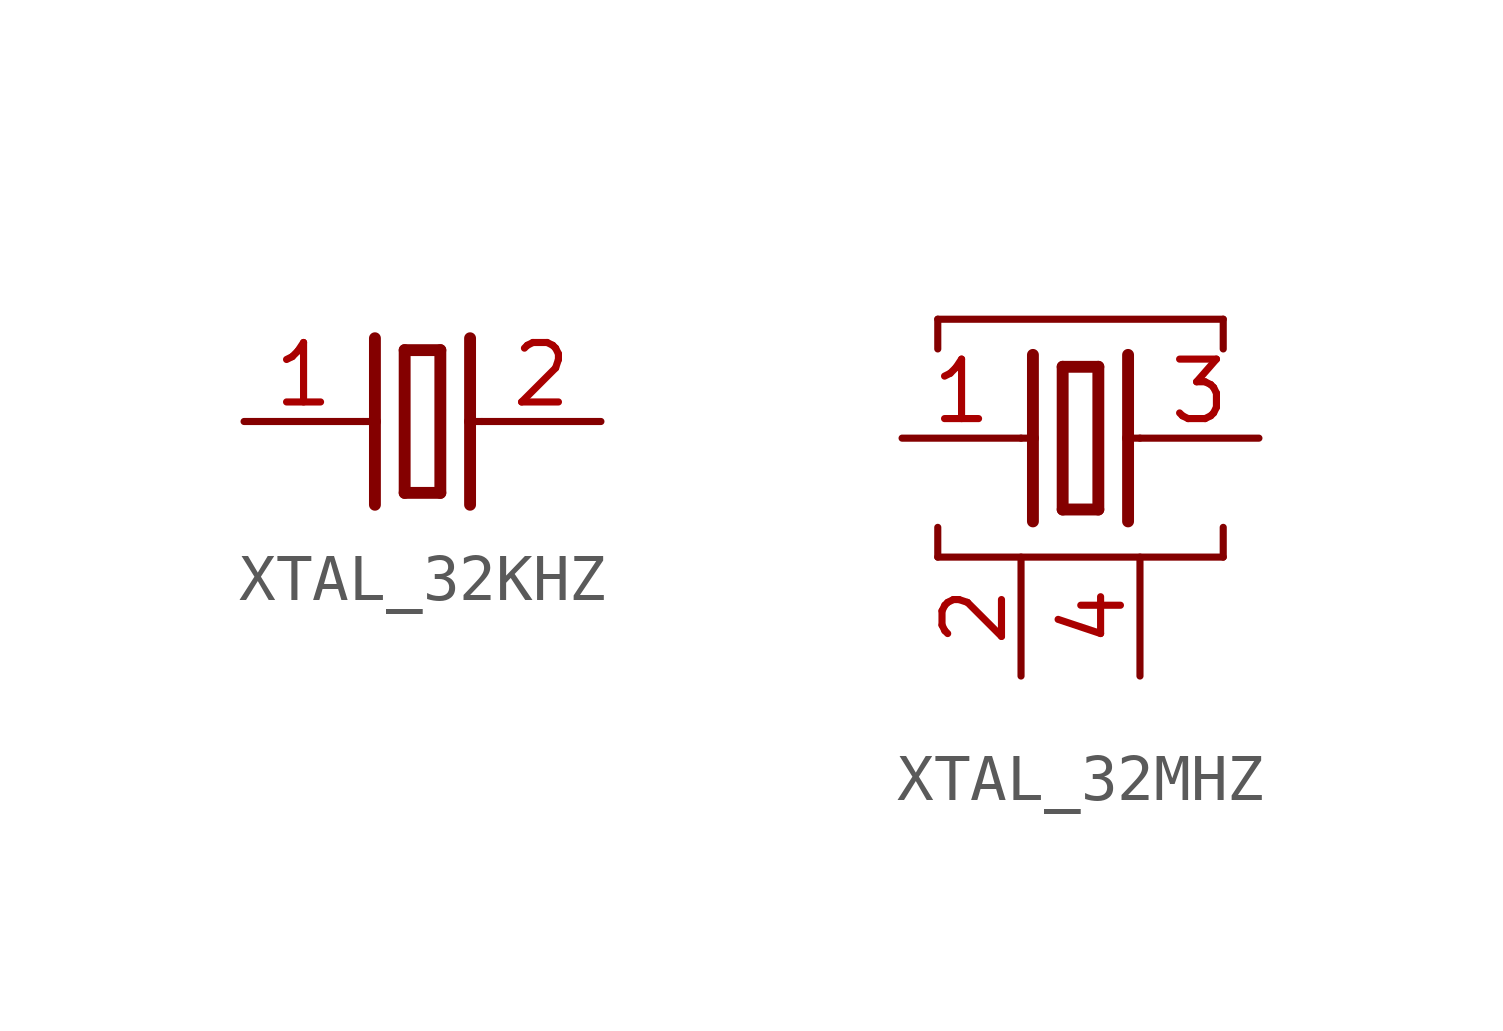
<source format=kicad_sym>
(kicad_symbol_lib
  (version 20220914)
  (generator kicad_symbol_editor)
  (symbol "XTAL_32KHZ"
    (property "Reference" ""
      (at 0 6.096 0)
      (effects (font (size 1.778 1.511)) (justify left bottom) hide))
    (property "Value" ""
      (at 0 3.81 0)
      (effects (font (size 1.778 1.511)) (justify left bottom)))
    (property "ki_locked" ""
      (at 0 0 0)
      (effects (font (size 1.27 1.27))))
    (symbol "XTAL_32KHZ_1_0"
      (polyline (pts (xy 0 0) (xy 0.254 0)) (stroke (width 0.152) (type solid)) (fill (type none)))
      (polyline (pts (xy 0.254 0) (xy 0.254 -1.778)) (stroke (width 0.254) (type solid)) (fill (type none)))
      (polyline (pts (xy 0.254 1.778) (xy 0.254 0)) (stroke (width 0.254) (type solid)) (fill (type none)))
      (polyline (pts (xy 0.889 -1.524) (xy 1.651 -1.524)) (stroke (width 0.254) (type solid)) (fill (type none)))
      (polyline (pts (xy 0.889 1.524) (xy 0.889 -1.524)) (stroke (width 0.254) (type solid)) (fill (type none)))
      (polyline (pts (xy 1.651 -1.524) (xy 1.651 1.524)) (stroke (width 0.254) (type solid)) (fill (type none)))
      (polyline (pts (xy 1.651 1.524) (xy 0.889 1.524)) (stroke (width 0.254) (type solid)) (fill (type none)))
      (polyline (pts (xy 2.286 0) (xy 2.286 -1.778)) (stroke (width 0.254) (type solid)) (fill (type none)))
      (polyline (pts (xy 2.286 0) (xy 2.54 0)) (stroke (width 0.152) (type solid)) (fill (type none)))
      (polyline (pts (xy 2.286 1.778) (xy 2.286 0)) (stroke (width 0.254) (type solid)) (fill (type none)))
      (pin passive line (at -2.54 0 0) (length 2.54) (name "1" (effects (font (size 0 0)))) (number "1" (effects (font (size 1.27 1.27)))))
      (pin passive line (at 5.08 0 180) (length 2.54) (name "2" (effects (font (size 0 0)))) (number "2" (effects (font (size 1.27 1.27)))))))
  (symbol "XTAL_32MHZ"
    (property "Reference" ""
      (at 0 8.636 0)
      (effects (font (size 1.778 1.511)) (justify left bottom) hide))
    (property "Value" ""
      (at 0 6.35 0)
      (effects (font (size 1.778 1.511)) (justify left bottom)))
    (property "ki_locked" ""
      (at 0 0 0)
      (effects (font (size 1.27 1.27))))
    (symbol "XTAL_32MHZ_1_0"
      (polyline (pts (xy 0.762 0) (xy 0.762 0.635)) (stroke (width 0.152) (type solid)) (fill (type none)))
      (polyline (pts (xy 0.762 0) (xy 6.858 0)) (stroke (width 0.152) (type solid)) (fill (type none)))
      (polyline (pts (xy 0.762 4.445) (xy 0.762 5.08)) (stroke (width 0.152) (type solid)) (fill (type none)))
      (polyline (pts (xy 0.762 5.08) (xy 6.858 5.08)) (stroke (width 0.152) (type solid)) (fill (type none)))
      (polyline (pts (xy 2.54 2.54) (xy 2.794 2.54)) (stroke (width 0.152) (type solid)) (fill (type none)))
      (polyline (pts (xy 2.794 2.54) (xy 2.794 0.762)) (stroke (width 0.254) (type solid)) (fill (type none)))
      (polyline (pts (xy 2.794 4.318) (xy 2.794 2.54)) (stroke (width 0.254) (type solid)) (fill (type none)))
      (polyline (pts (xy 3.429 1.016) (xy 4.191 1.016)) (stroke (width 0.254) (type solid)) (fill (type none)))
      (polyline (pts (xy 3.429 4.064) (xy 3.429 1.016)) (stroke (width 0.254) (type solid)) (fill (type none)))
      (polyline (pts (xy 4.191 1.016) (xy 4.191 4.064)) (stroke (width 0.254) (type solid)) (fill (type none)))
      (polyline (pts (xy 4.191 4.064) (xy 3.429 4.064)) (stroke (width 0.254) (type solid)) (fill (type none)))
      (polyline (pts (xy 4.826 2.54) (xy 4.826 0.762)) (stroke (width 0.254) (type solid)) (fill (type none)))
      (polyline (pts (xy 4.826 2.54) (xy 5.08 2.54)) (stroke (width 0.152) (type solid)) (fill (type none)))
      (polyline (pts (xy 4.826 4.318) (xy 4.826 2.54)) (stroke (width 0.254) (type solid)) (fill (type none)))
      (polyline (pts (xy 6.858 0.635) (xy 6.858 0)) (stroke (width 0.152) (type solid)) (fill (type none)))
      (polyline (pts (xy 6.858 5.08) (xy 6.858 4.445)) (stroke (width 0.152) (type solid)) (fill (type none)))
      (pin passive line (at 0 2.54 0) (length 2.54) (name "1" (effects (font (size 0 0)))) (number "1" (effects (font (size 1.27 1.27)))))
      (pin passive line (at 2.54 -2.54 90) (length 2.54) (name "2" (effects (font (size 0 0)))) (number "2" (effects (font (size 1.27 1.27)))))
      (pin passive line (at 7.62 2.54 180) (length 2.54) (name "3" (effects (font (size 0 0)))) (number "3" (effects (font (size 1.27 1.27)))))
      (pin passive line (at 5.08 -2.54 90) (length 2.54) (name "4" (effects (font (size 0 0)))) (number "4" (effects (font (size 1.27 1.27))))))))
</source>
